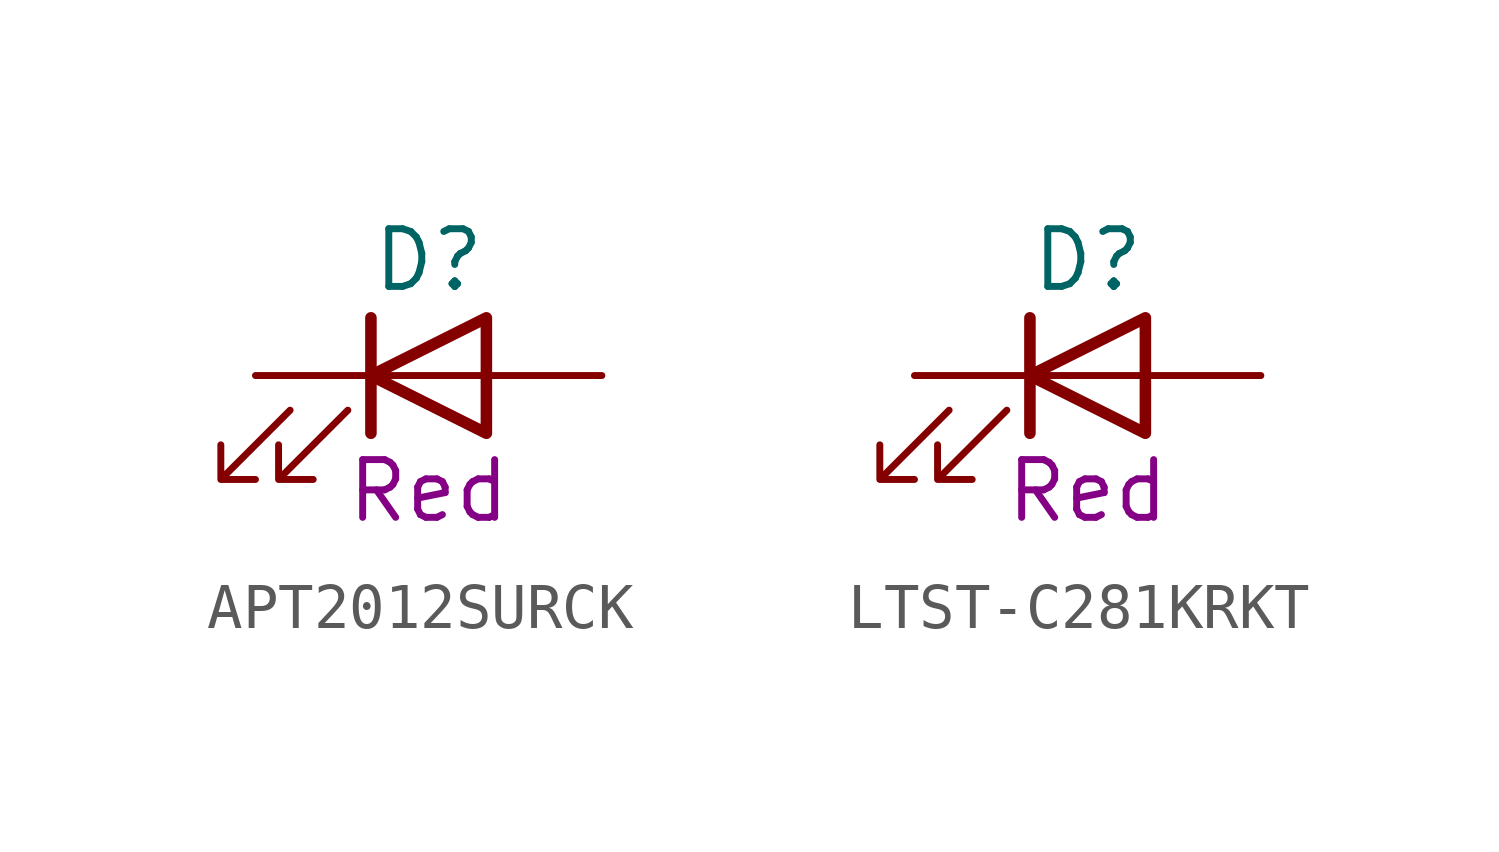
<source format=kicad_sym>
(kicad_symbol_lib
  (version 20211014)
  (symbol "APT2012SURCK"
    (pin_numbers
      (hide yes))
    (pin_names
      (offset 1.016)
      (hide yes))
    (property "Reference" "D"
      (at 0 2.54 0)
      (effects (font (size 1.27 1.27))))
    (property "Color" "Red"
      (at 0 -2.54 0)
      (effects (font (size 1.27 1.27))))
    (symbol "APT2012SURCK_0_1"
      (polyline (pts (xy -3.048 -0.762) (xy -4.572 -2.286) (xy -3.81 -2.286) (xy -4.572 -2.286) (xy -4.572 -1.524)) (stroke (width 0) (type default)) (fill (type none)))
      (polyline (pts (xy -1.778 -0.762) (xy -3.302 -2.286) (xy -2.54 -2.286) (xy -3.302 -2.286) (xy -3.302 -1.524)) (stroke (width 0) (type default)) (fill (type none)))
      (polyline (pts (xy -1.27 0) (xy 1.27 0)) (stroke (width 0) (type default)) (fill (type none)))
      (polyline (pts (xy -1.27 -1.27) (xy -1.27 1.27)) (stroke (width 0.254) (type default)) (fill (type none)))
      (polyline (pts (xy 1.27 -1.27) (xy 1.27 1.27) (xy -1.27 0) (xy 1.27 -1.27)) (stroke (width 0.254) (type default)) (fill (type none))))
    (symbol "APT2012SURCK_1_1"
      (pin passive line (at -3.81 0 0) (length 2.54) (name "K" (effects (font (size 1.27 1.27)))) (number "1" (effects (font (size 1.27 1.27)))))
      (pin passive line (at 3.81 0 180) (length 2.54) (name "A" (effects (font (size 1.27 1.27)))) (number "2" (effects (font (size 1.27 1.27)))))))
  (symbol "LTST-C281KRKT"
    (pin_numbers
      (hide yes))
    (pin_names
      (offset 1.016)
      (hide yes))
    (property "Reference" "D"
      (at 0 2.54 0)
      (effects (font (size 1.27 1.27))))
    (property "Color" "Red"
      (at 0 -2.54 0)
      (effects (font (size 1.27 1.27))))
    (symbol "LTST-C281KRKT_0_1"
      (polyline (pts (xy -3.048 -0.762) (xy -4.572 -2.286) (xy -3.81 -2.286) (xy -4.572 -2.286) (xy -4.572 -1.524)) (stroke (width 0) (type default)) (fill (type none)))
      (polyline (pts (xy -1.778 -0.762) (xy -3.302 -2.286) (xy -2.54 -2.286) (xy -3.302 -2.286) (xy -3.302 -1.524)) (stroke (width 0) (type default)) (fill (type none)))
      (polyline (pts (xy -1.27 0) (xy 1.27 0)) (stroke (width 0) (type default)) (fill (type none)))
      (polyline (pts (xy -1.27 -1.27) (xy -1.27 1.27)) (stroke (width 0.254) (type default)) (fill (type none)))
      (polyline (pts (xy 1.27 -1.27) (xy 1.27 1.27) (xy -1.27 0) (xy 1.27 -1.27)) (stroke (width 0.254) (type default)) (fill (type none))))
    (symbol "LTST-C281KRKT_1_1"
      (pin passive line (at -3.81 0 0) (length 2.54) (name "K" (effects (font (size 1.27 1.27)))) (number "1" (effects (font (size 1.27 1.27)))))
      (pin passive line (at 3.81 0 180) (length 2.54) (name "A" (effects (font (size 1.27 1.27)))) (number "2" (effects (font (size 1.27 1.27))))))))
</source>
